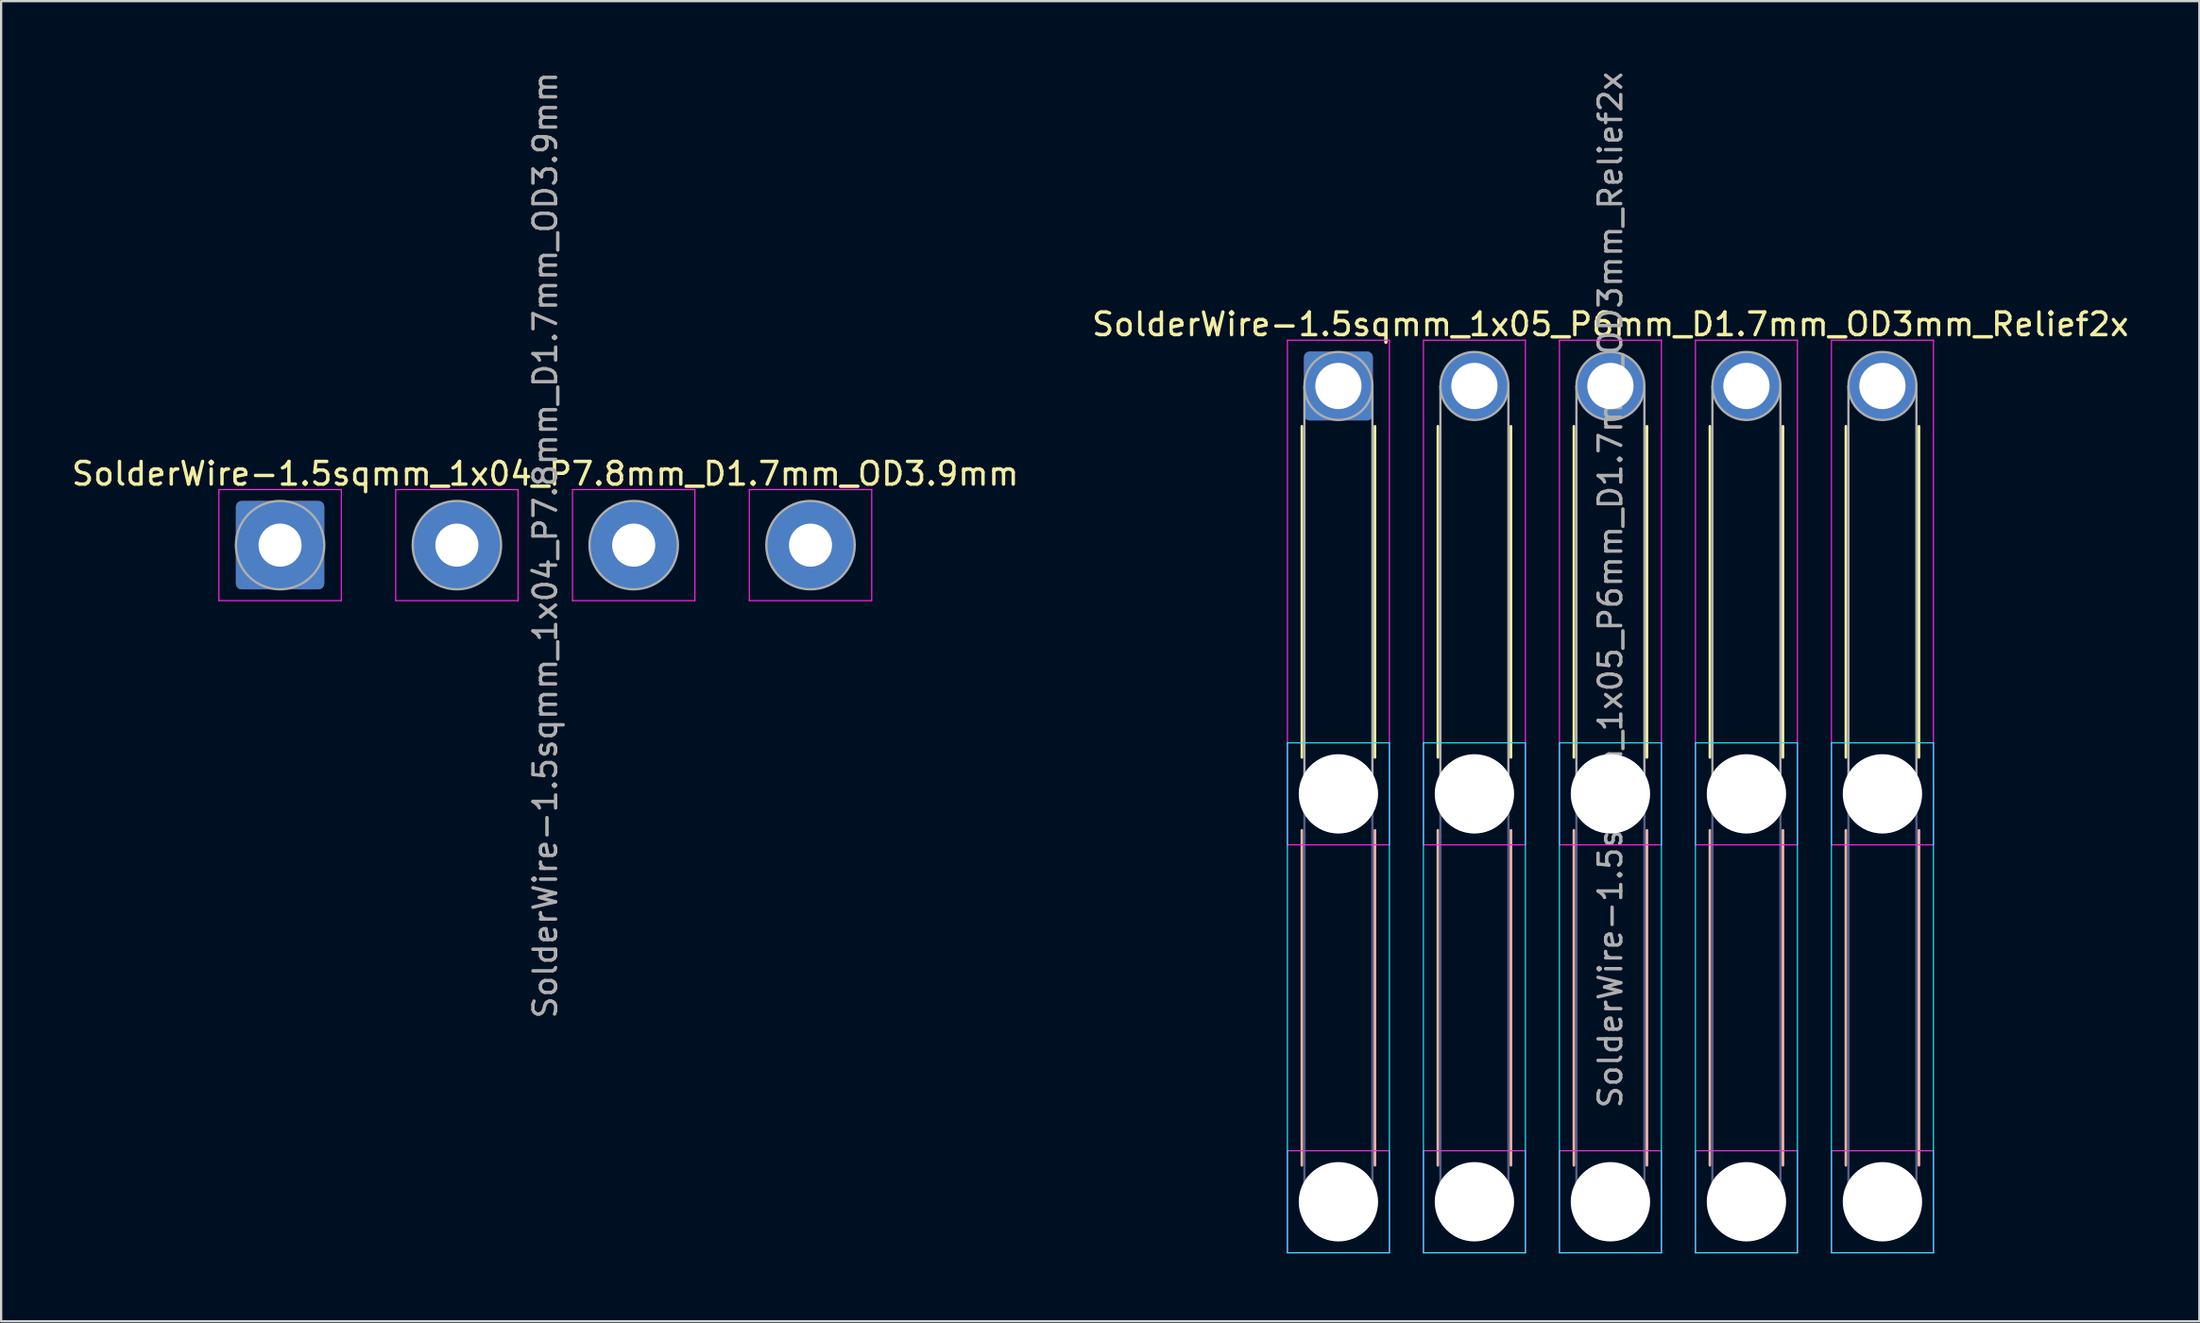
<source format=kicad_pcb>
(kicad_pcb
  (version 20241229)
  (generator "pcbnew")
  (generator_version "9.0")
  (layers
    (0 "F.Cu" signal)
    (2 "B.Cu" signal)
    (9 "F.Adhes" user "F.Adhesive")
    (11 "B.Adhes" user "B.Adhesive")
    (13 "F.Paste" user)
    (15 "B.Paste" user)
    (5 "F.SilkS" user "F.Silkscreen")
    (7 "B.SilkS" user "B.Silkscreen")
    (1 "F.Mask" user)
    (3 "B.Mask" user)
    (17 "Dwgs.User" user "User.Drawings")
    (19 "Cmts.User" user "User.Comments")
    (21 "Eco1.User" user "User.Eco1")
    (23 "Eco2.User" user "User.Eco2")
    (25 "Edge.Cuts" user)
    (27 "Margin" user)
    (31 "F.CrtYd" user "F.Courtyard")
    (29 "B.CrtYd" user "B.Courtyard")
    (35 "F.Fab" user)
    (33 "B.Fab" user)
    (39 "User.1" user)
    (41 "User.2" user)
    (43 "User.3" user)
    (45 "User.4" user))
  (footprint "SolderWire-1.5sqmm_1x04_P7.8mm_D1.7mm_OD3.9mm"
    (layer "F.Cu")
    (at 9.306 21.006)
    (property "Reference" "SolderWire-1.5sqmm_1x04_P7.8mm_D1.7mm_OD3.9mm" (at 11.7 -3.15 0) (layer "F.SilkS") (effects (font (size 1 1) (thickness 0.15))))
    (attr exclude_from_pos_files exclude_from_bom)
    (fp_line (start -2.7 -2.45) (end -2.7 2.45) (stroke (width 0.05) (type solid)) (layer "F.CrtYd"))
    (fp_line (start -2.7 2.45) (end 2.7 2.45) (stroke (width 0.05) (type solid)) (layer "F.CrtYd"))
    (fp_line (start 2.7 -2.45) (end -2.7 -2.45) (stroke (width 0.05) (type solid)) (layer "F.CrtYd"))
    (fp_line (start 2.7 2.45) (end 2.7 -2.45) (stroke (width 0.05) (type solid)) (layer "F.CrtYd"))
    (fp_line (start 5.1 -2.45) (end 5.1 2.45) (stroke (width 0.05) (type solid)) (layer "F.CrtYd"))
    (fp_line (start 5.1 2.45) (end 10.5 2.45) (stroke (width 0.05) (type solid)) (layer "F.CrtYd"))
    (fp_line (start 10.5 -2.45) (end 5.1 -2.45) (stroke (width 0.05) (type solid)) (layer "F.CrtYd"))
    (fp_line (start 10.5 2.45) (end 10.5 -2.45) (stroke (width 0.05) (type solid)) (layer "F.CrtYd"))
    (fp_line (start 12.9 -2.45) (end 12.9 2.45) (stroke (width 0.05) (type solid)) (layer "F.CrtYd"))
    (fp_line (start 12.9 2.45) (end 18.3 2.45) (stroke (width 0.05) (type solid)) (layer "F.CrtYd"))
    (fp_line (start 18.3 -2.45) (end 12.9 -2.45) (stroke (width 0.05) (type solid)) (layer "F.CrtYd"))
    (fp_line (start 18.3 2.45) (end 18.3 -2.45) (stroke (width 0.05) (type solid)) (layer "F.CrtYd"))
    (fp_line (start 20.7 -2.45) (end 20.7 2.45) (stroke (width 0.05) (type solid)) (layer "F.CrtYd"))
    (fp_line (start 20.7 2.45) (end 26.1 2.45) (stroke (width 0.05) (type solid)) (layer "F.CrtYd"))
    (fp_line (start 26.1 -2.45) (end 20.7 -2.45) (stroke (width 0.05) (type solid)) (layer "F.CrtYd"))
    (fp_line (start 26.1 2.45) (end 26.1 -2.45) (stroke (width 0.05) (type solid)) (layer "F.CrtYd"))
    (fp_circle (center 0 0) (end 1.95 0) (stroke (width 0.1) (type solid)) (fill no) (layer "F.Fab"))
    (fp_circle (center 7.8 0) (end 9.75 0) (stroke (width 0.1) (type solid)) (fill no) (layer "F.Fab"))
    (fp_circle (center 15.6 0) (end 17.55 0) (stroke (width 0.1) (type solid)) (fill no) (layer "F.Fab"))
    (fp_circle (center 23.4 0) (end 25.35 0) (stroke (width 0.1) (type solid)) (fill no) (layer "F.Fab"))
    (fp_text user "${REFERENCE}" (at 11.7 0 90) (layer "F.Fab") (effects (font (size 1 1) (thickness 0.15))))
    (pad "1" thru_hole roundrect (at 0 0) (size 3.9 3.9) (drill 1.9) (layers "*.Cu" "*.Mask") (roundrect_rratio 0.064))
    (pad "2" thru_hole circle (at 7.8 0) (size 3.9 3.9) (drill 1.9) (layers "*.Cu" "*.Mask"))
    (pad "3" thru_hole circle (at 15.6 0) (size 3.9 3.9) (drill 1.9) (layers "*.Cu" "*.Mask"))
    (pad "4" thru_hole circle (at 23.4 0) (size 3.9 3.9) (drill 1.9) (layers "*.Cu" "*.Mask")))
  (footprint "SolderWire-1.5sqmm_1x05_P6mm_D1.7mm_OD3mm_Relief2x"
    (layer "F.Cu")
    (at 55.994 13.982)
    (property "Reference" "SolderWire-1.5sqmm_1x05_P6mm_D1.7mm_OD3mm_Relief2x" (at 12 -2.72 0) (layer "F.SilkS") (effects (font (size 1 1) (thickness 0.15))))
    (attr exclude_from_pos_files exclude_from_bom)
    (fp_line (start -1.61 1.78) (end -1.61 16.39) (stroke (width 0.12) (type solid)) (layer "F.SilkS"))
    (fp_line (start 1.61 1.78) (end 1.61 16.39) (stroke (width 0.12) (type solid)) (layer "F.SilkS"))
    (fp_line (start 4.39 1.78) (end 4.39 16.39) (stroke (width 0.12) (type solid)) (layer "F.SilkS"))
    (fp_line (start 7.61 1.78) (end 7.61 16.39) (stroke (width 0.12) (type solid)) (layer "F.SilkS"))
    (fp_line (start 10.39 1.78) (end 10.39 16.39) (stroke (width 0.12) (type solid)) (layer "F.SilkS"))
    (fp_line (start 13.61 1.78) (end 13.61 16.39) (stroke (width 0.12) (type solid)) (layer "F.SilkS"))
    (fp_line (start 16.39 1.78) (end 16.39 16.39) (stroke (width 0.12) (type solid)) (layer "F.SilkS"))
    (fp_line (start 19.61 1.78) (end 19.61 16.39) (stroke (width 0.12) (type solid)) (layer "F.SilkS"))
    (fp_line (start 22.39 1.78) (end 22.39 16.39) (stroke (width 0.12) (type solid)) (layer "F.SilkS"))
    (fp_line (start 25.61 1.78) (end 25.61 16.39) (stroke (width 0.12) (type solid)) (layer "F.SilkS"))
    (fp_line (start -1.61 19.61) (end -1.61 34.39) (stroke (width 0.12) (type solid)) (layer "B.SilkS"))
    (fp_line (start 1.61 19.61) (end 1.61 34.39) (stroke (width 0.12) (type solid)) (layer "B.SilkS"))
    (fp_line (start 4.39 19.61) (end 4.39 34.39) (stroke (width 0.12) (type solid)) (layer "B.SilkS"))
    (fp_line (start 7.61 19.61) (end 7.61 34.39) (stroke (width 0.12) (type solid)) (layer "B.SilkS"))
    (fp_line (start 10.39 19.61) (end 10.39 34.39) (stroke (width 0.12) (type solid)) (layer "B.SilkS"))
    (fp_line (start 13.61 19.61) (end 13.61 34.39) (stroke (width 0.12) (type solid)) (layer "B.SilkS"))
    (fp_line (start 16.39 19.61) (end 16.39 34.39) (stroke (width 0.12) (type solid)) (layer "B.SilkS"))
    (fp_line (start 19.61 19.61) (end 19.61 34.39) (stroke (width 0.12) (type solid)) (layer "B.SilkS"))
    (fp_line (start 22.39 19.61) (end 22.39 34.39) (stroke (width 0.12) (type solid)) (layer "B.SilkS"))
    (fp_line (start 25.61 19.61) (end 25.61 34.39) (stroke (width 0.12) (type solid)) (layer "B.SilkS"))
    (fp_line (start -2.25 15.75) (end -2.25 38.25) (stroke (width 0.05) (type solid)) (layer "B.CrtYd"))
    (fp_line (start -2.25 38.25) (end 2.25 38.25) (stroke (width 0.05) (type solid)) (layer "B.CrtYd"))
    (fp_line (start 2.25 15.75) (end -2.25 15.75) (stroke (width 0.05) (type solid)) (layer "B.CrtYd"))
    (fp_line (start 2.25 38.25) (end 2.25 15.75) (stroke (width 0.05) (type solid)) (layer "B.CrtYd"))
    (fp_line (start 3.75 15.75) (end 3.75 38.25) (stroke (width 0.05) (type solid)) (layer "B.CrtYd"))
    (fp_line (start 3.75 38.25) (end 8.25 38.25) (stroke (width 0.05) (type solid)) (layer "B.CrtYd"))
    (fp_line (start 8.25 15.75) (end 3.75 15.75) (stroke (width 0.05) (type solid)) (layer "B.CrtYd"))
    (fp_line (start 8.25 38.25) (end 8.25 15.75) (stroke (width 0.05) (type solid)) (layer "B.CrtYd"))
    (fp_line (start 9.75 15.75) (end 9.75 38.25) (stroke (width 0.05) (type solid)) (layer "B.CrtYd"))
    (fp_line (start 9.75 38.25) (end 14.25 38.25) (stroke (width 0.05) (type solid)) (layer "B.CrtYd"))
    (fp_line (start 14.25 15.75) (end 9.75 15.75) (stroke (width 0.05) (type solid)) (layer "B.CrtYd"))
    (fp_line (start 14.25 38.25) (end 14.25 15.75) (stroke (width 0.05) (type solid)) (layer "B.CrtYd"))
    (fp_line (start 15.75 15.75) (end 15.75 38.25) (stroke (width 0.05) (type solid)) (layer "B.CrtYd"))
    (fp_line (start 15.75 38.25) (end 20.25 38.25) (stroke (width 0.05) (type solid)) (layer "B.CrtYd"))
    (fp_line (start 20.25 15.75) (end 15.75 15.75) (stroke (width 0.05) (type solid)) (layer "B.CrtYd"))
    (fp_line (start 20.25 38.25) (end 20.25 15.75) (stroke (width 0.05) (type solid)) (layer "B.CrtYd"))
    (fp_line (start 21.75 15.75) (end 21.75 38.25) (stroke (width 0.05) (type solid)) (layer "B.CrtYd"))
    (fp_line (start 21.75 38.25) (end 26.25 38.25) (stroke (width 0.05) (type solid)) (layer "B.CrtYd"))
    (fp_line (start 26.25 15.75) (end 21.75 15.75) (stroke (width 0.05) (type solid)) (layer "B.CrtYd"))
    (fp_line (start 26.25 38.25) (end 26.25 15.75) (stroke (width 0.05) (type solid)) (layer "B.CrtYd"))
    (fp_line (start -2.25 -2.02) (end -2.25 20.25) (stroke (width 0.05) (type solid)) (layer "F.CrtYd"))
    (fp_line (start -2.25 20.25) (end 2.25 20.25) (stroke (width 0.05) (type solid)) (layer "F.CrtYd"))
    (fp_line (start -2.25 33.75) (end -2.25 38.25) (stroke (width 0.05) (type solid)) (layer "F.CrtYd"))
    (fp_line (start -2.25 38.25) (end 2.25 38.25) (stroke (width 0.05) (type solid)) (layer "F.CrtYd"))
    (fp_line (start 2.25 -2.02) (end -2.25 -2.02) (stroke (width 0.05) (type solid)) (layer "F.CrtYd"))
    (fp_line (start 2.25 20.25) (end 2.25 -2.02) (stroke (width 0.05) (type solid)) (layer "F.CrtYd"))
    (fp_line (start 2.25 33.75) (end -2.25 33.75) (stroke (width 0.05) (type solid)) (layer "F.CrtYd"))
    (fp_line (start 2.25 38.25) (end 2.25 33.75) (stroke (width 0.05) (type solid)) (layer "F.CrtYd"))
    (fp_line (start 3.75 -2.02) (end 3.75 20.25) (stroke (width 0.05) (type solid)) (layer "F.CrtYd"))
    (fp_line (start 3.75 20.25) (end 8.25 20.25) (stroke (width 0.05) (type solid)) (layer "F.CrtYd"))
    (fp_line (start 3.75 33.75) (end 3.75 38.25) (stroke (width 0.05) (type solid)) (layer "F.CrtYd"))
    (fp_line (start 3.75 38.25) (end 8.25 38.25) (stroke (width 0.05) (type solid)) (layer "F.CrtYd"))
    (fp_line (start 8.25 -2.02) (end 3.75 -2.02) (stroke (width 0.05) (type solid)) (layer "F.CrtYd"))
    (fp_line (start 8.25 20.25) (end 8.25 -2.02) (stroke (width 0.05) (type solid)) (layer "F.CrtYd"))
    (fp_line (start 8.25 33.75) (end 3.75 33.75) (stroke (width 0.05) (type solid)) (layer "F.CrtYd"))
    (fp_line (start 8.25 38.25) (end 8.25 33.75) (stroke (width 0.05) (type solid)) (layer "F.CrtYd"))
    (fp_line (start 9.75 -2.02) (end 9.75 20.25) (stroke (width 0.05) (type solid)) (layer "F.CrtYd"))
    (fp_line (start 9.75 20.25) (end 14.25 20.25) (stroke (width 0.05) (type solid)) (layer "F.CrtYd"))
    (fp_line (start 9.75 33.75) (end 9.75 38.25) (stroke (width 0.05) (type solid)) (layer "F.CrtYd"))
    (fp_line (start 9.75 38.25) (end 14.25 38.25) (stroke (width 0.05) (type solid)) (layer "F.CrtYd"))
    (fp_line (start 14.25 -2.02) (end 9.75 -2.02) (stroke (width 0.05) (type solid)) (layer "F.CrtYd"))
    (fp_line (start 14.25 20.25) (end 14.25 -2.02) (stroke (width 0.05) (type solid)) (layer "F.CrtYd"))
    (fp_line (start 14.25 33.75) (end 9.75 33.75) (stroke (width 0.05) (type solid)) (layer "F.CrtYd"))
    (fp_line (start 14.25 38.25) (end 14.25 33.75) (stroke (width 0.05) (type solid)) (layer "F.CrtYd"))
    (fp_line (start 15.75 -2.02) (end 15.75 20.25) (stroke (width 0.05) (type solid)) (layer "F.CrtYd"))
    (fp_line (start 15.75 20.25) (end 20.25 20.25) (stroke (width 0.05) (type solid)) (layer "F.CrtYd"))
    (fp_line (start 15.75 33.75) (end 15.75 38.25) (stroke (width 0.05) (type solid)) (layer "F.CrtYd"))
    (fp_line (start 15.75 38.25) (end 20.25 38.25) (stroke (width 0.05) (type solid)) (layer "F.CrtYd"))
    (fp_line (start 20.25 -2.02) (end 15.75 -2.02) (stroke (width 0.05) (type solid)) (layer "F.CrtYd"))
    (fp_line (start 20.25 20.25) (end 20.25 -2.02) (stroke (width 0.05) (type solid)) (layer "F.CrtYd"))
    (fp_line (start 20.25 33.75) (end 15.75 33.75) (stroke (width 0.05) (type solid)) (layer "F.CrtYd"))
    (fp_line (start 20.25 38.25) (end 20.25 33.75) (stroke (width 0.05) (type solid)) (layer "F.CrtYd"))
    (fp_line (start 21.75 -2.02) (end 21.75 20.25) (stroke (width 0.05) (type solid)) (layer "F.CrtYd"))
    (fp_line (start 21.75 20.25) (end 26.25 20.25) (stroke (width 0.05) (type solid)) (layer "F.CrtYd"))
    (fp_line (start 21.75 33.75) (end 21.75 38.25) (stroke (width 0.05) (type solid)) (layer "F.CrtYd"))
    (fp_line (start 21.75 38.25) (end 26.25 38.25) (stroke (width 0.05) (type solid)) (layer "F.CrtYd"))
    (fp_line (start 26.25 -2.02) (end 21.75 -2.02) (stroke (width 0.05) (type solid)) (layer "F.CrtYd"))
    (fp_line (start 26.25 20.25) (end 26.25 -2.02) (stroke (width 0.05) (type solid)) (layer "F.CrtYd"))
    (fp_line (start 26.25 33.75) (end 21.75 33.75) (stroke (width 0.05) (type solid)) (layer "F.CrtYd"))
    (fp_line (start 26.25 38.25) (end 26.25 33.75) (stroke (width 0.05) (type solid)) (layer "F.CrtYd"))
    (fp_line (start -1.5 18) (end -1.5 36) (stroke (width 0.1) (type solid)) (layer "B.Fab"))
    (fp_line (start 1.5 18) (end 1.5 36) (stroke (width 0.1) (type solid)) (layer "B.Fab"))
    (fp_line (start 4.5 18) (end 4.5 36) (stroke (width 0.1) (type solid)) (layer "B.Fab"))
    (fp_line (start 7.5 18) (end 7.5 36) (stroke (width 0.1) (type solid)) (layer "B.Fab"))
    (fp_line (start 10.5 18) (end 10.5 36) (stroke (width 0.1) (type solid)) (layer "B.Fab"))
    (fp_line (start 13.5 18) (end 13.5 36) (stroke (width 0.1) (type solid)) (layer "B.Fab"))
    (fp_line (start 16.5 18) (end 16.5 36) (stroke (width 0.1) (type solid)) (layer "B.Fab"))
    (fp_line (start 19.5 18) (end 19.5 36) (stroke (width 0.1) (type solid)) (layer "B.Fab"))
    (fp_line (start 22.5 18) (end 22.5 36) (stroke (width 0.1) (type solid)) (layer "B.Fab"))
    (fp_line (start 25.5 18) (end 25.5 36) (stroke (width 0.1) (type solid)) (layer "B.Fab"))
    (fp_circle (center 0 18) (end 1.5 18) (stroke (width 0.1) (type solid)) (fill no) (layer "B.Fab"))
    (fp_circle (center 0 36) (end 1.5 36) (stroke (width 0.1) (type solid)) (fill no) (layer "B.Fab"))
    (fp_circle (center 6 18) (end 7.5 18) (stroke (width 0.1) (type solid)) (fill no) (layer "B.Fab"))
    (fp_circle (center 6 36) (end 7.5 36) (stroke (width 0.1) (type solid)) (fill no) (layer "B.Fab"))
    (fp_circle (center 12 18) (end 13.5 18) (stroke (width 0.1) (type solid)) (fill no) (layer "B.Fab"))
    (fp_circle (center 12 36) (end 13.5 36) (stroke (width 0.1) (type solid)) (fill no) (layer "B.Fab"))
    (fp_circle (center 18 18) (end 19.5 18) (stroke (width 0.1) (type solid)) (fill no) (layer "B.Fab"))
    (fp_circle (center 18 36) (end 19.5 36) (stroke (width 0.1) (type solid)) (fill no) (layer "B.Fab"))
    (fp_circle (center 24 18) (end 25.5 18) (stroke (width 0.1) (type solid)) (fill no) (layer "B.Fab"))
    (fp_circle (center 24 36) (end 25.5 36) (stroke (width 0.1) (type solid)) (fill no) (layer "B.Fab"))
    (fp_line (start -1.5 0) (end -1.5 18) (stroke (width 0.1) (type solid)) (layer "F.Fab"))
    (fp_line (start 1.5 0) (end 1.5 18) (stroke (width 0.1) (type solid)) (layer "F.Fab"))
    (fp_line (start 4.5 0) (end 4.5 18) (stroke (width 0.1) (type solid)) (layer "F.Fab"))
    (fp_line (start 7.5 0) (end 7.5 18) (stroke (width 0.1) (type solid)) (layer "F.Fab"))
    (fp_line (start 10.5 0) (end 10.5 18) (stroke (width 0.1) (type solid)) (layer "F.Fab"))
    (fp_line (start 13.5 0) (end 13.5 18) (stroke (width 0.1) (type solid)) (layer "F.Fab"))
    (fp_line (start 16.5 0) (end 16.5 18) (stroke (width 0.1) (type solid)) (layer "F.Fab"))
    (fp_line (start 19.5 0) (end 19.5 18) (stroke (width 0.1) (type solid)) (layer "F.Fab"))
    (fp_line (start 22.5 0) (end 22.5 18) (stroke (width 0.1) (type solid)) (layer "F.Fab"))
    (fp_line (start 25.5 0) (end 25.5 18) (stroke (width 0.1) (type solid)) (layer "F.Fab"))
    (fp_circle (center 0 0) (end 1.5 0) (stroke (width 0.1) (type solid)) (fill no) (layer "F.Fab"))
    (fp_circle (center 0 18) (end 1.5 18) (stroke (width 0.1) (type solid)) (fill no) (layer "F.Fab"))
    (fp_circle (center 0 36) (end 1.5 36) (stroke (width 0.1) (type solid)) (fill no) (layer "F.Fab"))
    (fp_circle (center 6 0) (end 7.5 0) (stroke (width 0.1) (type solid)) (fill no) (layer "F.Fab"))
    (fp_circle (center 6 18) (end 7.5 18) (stroke (width 0.1) (type solid)) (fill no) (layer "F.Fab"))
    (fp_circle (center 6 36) (end 7.5 36) (stroke (width 0.1) (type solid)) (fill no) (layer "F.Fab"))
    (fp_circle (center 12 0) (end 13.5 0) (stroke (width 0.1) (type solid)) (fill no) (layer "F.Fab"))
    (fp_circle (center 12 18) (end 13.5 18) (stroke (width 0.1) (type solid)) (fill no) (layer "F.Fab"))
    (fp_circle (center 12 36) (end 13.5 36) (stroke (width 0.1) (type solid)) (fill no) (layer "F.Fab"))
    (fp_circle (center 18 0) (end 19.5 0) (stroke (width 0.1) (type solid)) (fill no) (layer "F.Fab"))
    (fp_circle (center 18 18) (end 19.5 18) (stroke (width 0.1) (type solid)) (fill no) (layer "F.Fab"))
    (fp_circle (center 18 36) (end 19.5 36) (stroke (width 0.1) (type solid)) (fill no) (layer "F.Fab"))
    (fp_circle (center 24 0) (end 25.5 0) (stroke (width 0.1) (type solid)) (fill no) (layer "F.Fab"))
    (fp_circle (center 24 18) (end 25.5 18) (stroke (width 0.1) (type solid)) (fill no) (layer "F.Fab"))
    (fp_circle (center 24 36) (end 25.5 36) (stroke (width 0.1) (type solid)) (fill no) (layer "F.Fab"))
    (fp_text user "${REFERENCE}" (at 12 9 90) (layer "F.Fab") (effects (font (size 1 1) (thickness 0.15))))
    (pad "" np_thru_hole circle (at 0 18) (size 3.5 3.5) (drill 3.5) (layers "*.Cu" "*.Mask"))
    (pad "" np_thru_hole circle (at 0 36) (size 3.5 3.5) (drill 3.5) (layers "*.Cu" "*.Mask"))
    (pad "" np_thru_hole circle (at 6 18) (size 3.5 3.5) (drill 3.5) (layers "*.Cu" "*.Mask"))
    (pad "" np_thru_hole circle (at 6 36) (size 3.5 3.5) (drill 3.5) (layers "*.Cu" "*.Mask"))
    (pad "" np_thru_hole circle (at 12 18) (size 3.5 3.5) (drill 3.5) (layers "*.Cu" "*.Mask"))
    (pad "" np_thru_hole circle (at 12 36) (size 3.5 3.5) (drill 3.5) (layers "*.Cu" "*.Mask"))
    (pad "" np_thru_hole circle (at 18 18) (size 3.5 3.5) (drill 3.5) (layers "*.Cu" "*.Mask"))
    (pad "" np_thru_hole circle (at 18 36) (size 3.5 3.5) (drill 3.5) (layers "*.Cu" "*.Mask"))
    (pad "" np_thru_hole circle (at 24 18) (size 3.5 3.5) (drill 3.5) (layers "*.Cu" "*.Mask"))
    (pad "" np_thru_hole circle (at 24 36) (size 3.5 3.5) (drill 3.5) (layers "*.Cu" "*.Mask"))
    (pad "1" thru_hole roundrect (at 0 0) (size 3.04 3.04) (drill 2.04) (layers "*.Cu" "*.Mask") (roundrect_rratio 0.082))
    (pad "2" thru_hole circle (at 6 0) (size 3.04 3.04) (drill 2.04) (layers "*.Cu" "*.Mask"))
    (pad "3" thru_hole circle (at 12 0) (size 3.04 3.04) (drill 2.04) (layers "*.Cu" "*.Mask"))
    (pad "4" thru_hole circle (at 18 0) (size 3.04 3.04) (drill 2.04) (layers "*.Cu" "*.Mask"))
    (pad "5" thru_hole circle (at 24 0) (size 3.04 3.04) (drill 2.04) (layers "*.Cu" "*.Mask")))
  (gr_rect
    (start -3 -3)
    (end 93.976 55.257)
    (stroke (width 0.1) (type default))
    (fill no)
    (layer "Edge.Cuts")))
</source>
